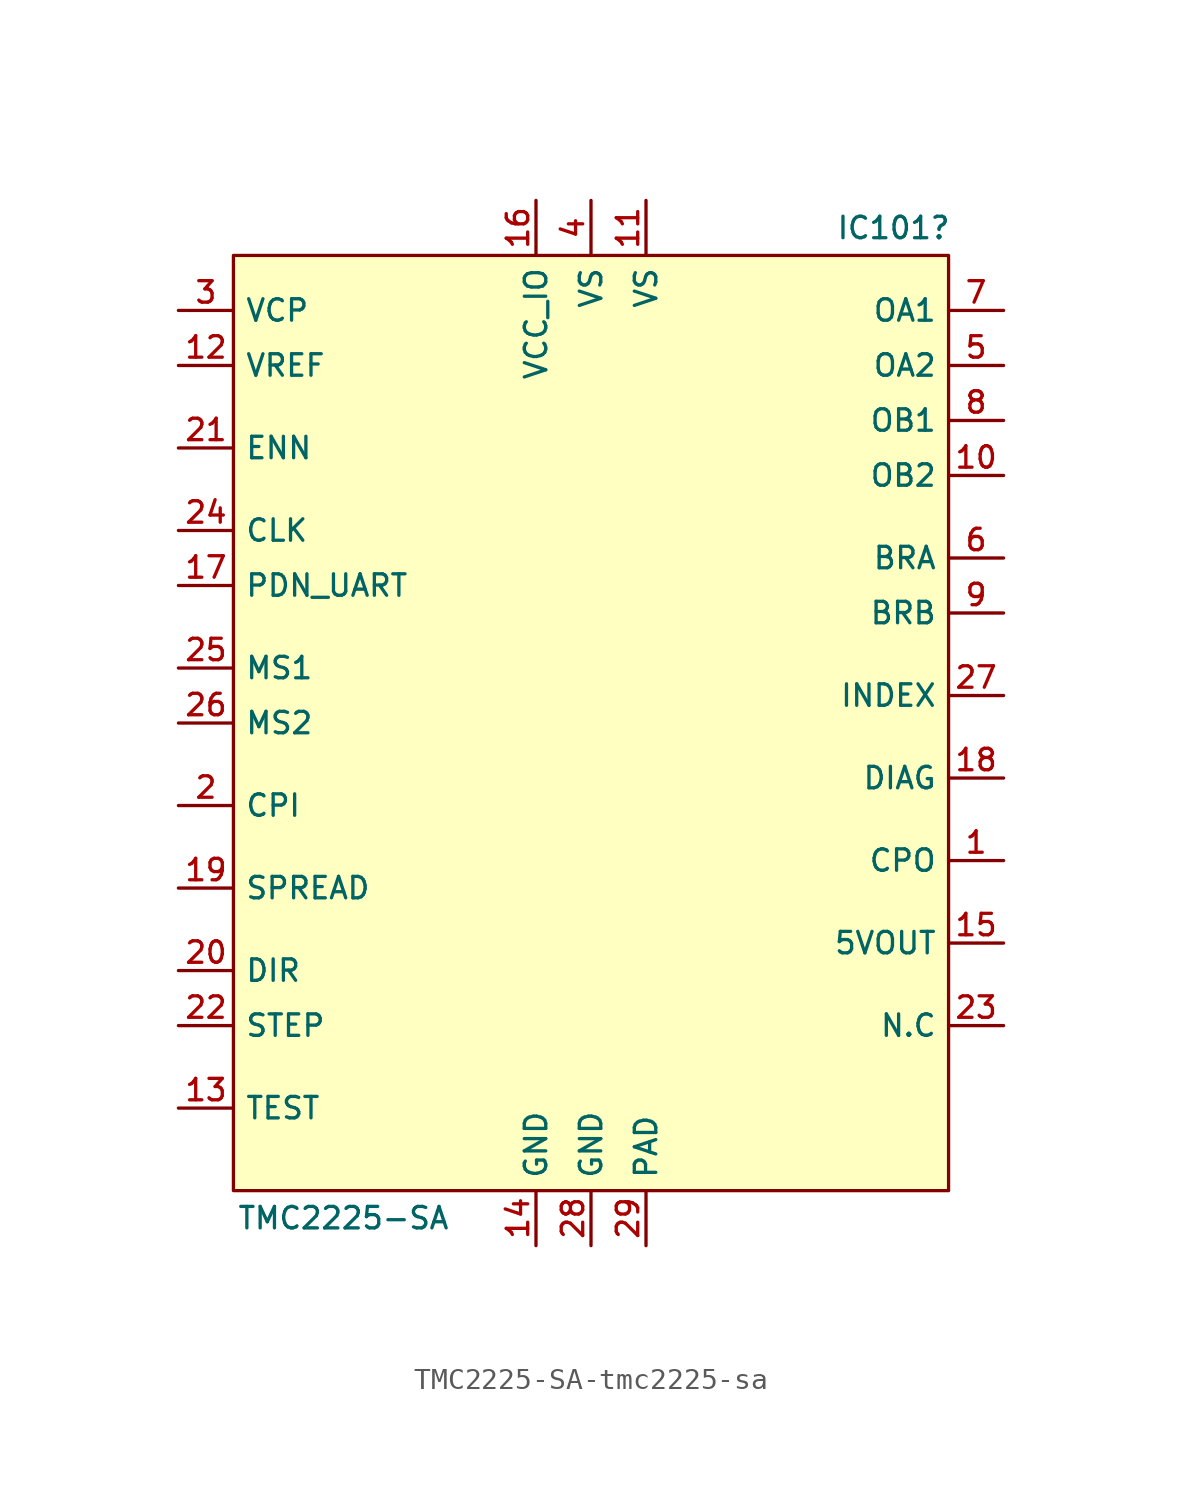
<source format=kicad_sym>
(kicad_symbol_lib
  (version 20220914)
  (generator kicad_symbol_editor)
  (symbol "TMC2225-SA-tmc2225-sa"
    (property "Reference" "IC101"
      (at 13.97 22.86 0)
      (effects (font (size 0.991 0.991))))
    (property "Value" "TMC2225-SA"
      (at -11.43 -22.86 0)
      (effects (font (size 0.991 0.991))))
    (symbol "TMC2225-SA-tmc2225-sa_0_1"
      (rectangle (start -16.51 21.59) (end 16.51 -21.59) (stroke (width 0) (type solid)) (fill (type background))))
    (symbol "TMC2225-SA-tmc2225-sa_1_1"
      (pin output line (at 19.05 -6.35 180) (length 2.54) (name "CPO" (effects (font (size 0.991 0.991)))) (number "1" (effects (font (size 0.991 0.991)))))
      (pin power_out line (at 19.05 11.43 180) (length 2.54) (name "OB2" (effects (font (size 0.991 0.991)))) (number "10" (effects (font (size 0.991 0.991)))))
      (pin power_in line (at 2.54 24.13 270) (length 2.54) (name "VS" (effects (font (size 0.991 0.991)))) (number "11" (effects (font (size 0.991 0.991)))))
      (pin input line (at -19.05 16.51 0) (length 2.54) (name "VREF" (effects (font (size 0.991 0.991)))) (number "12" (effects (font (size 0.991 0.991)))))
      (pin unspecified line (at -19.05 -17.78 0) (length 2.54) (name "TEST" (effects (font (size 0.991 0.991)))) (number "13" (effects (font (size 0.991 0.991)))))
      (pin passive line (at -2.54 -24.13 90) (length 2.54) (name "GND" (effects (font (size 0.991 0.991)))) (number "14" (effects (font (size 0.991 0.991)))))
      (pin power_out line (at 19.05 -10.16 180) (length 2.54) (name "5VOUT" (effects (font (size 0.991 0.991)))) (number "15" (effects (font (size 0.991 0.991)))))
      (pin power_in line (at -2.54 24.13 270) (length 2.54) (name "VCC_IO" (effects (font (size 0.991 0.991)))) (number "16" (effects (font (size 0.991 0.991)))))
      (pin input line (at -19.05 6.35 0) (length 2.54) (name "PDN_UART" (effects (font (size 0.991 0.991)))) (number "17" (effects (font (size 0.991 0.991)))))
      (pin output line (at 19.05 -2.54 180) (length 2.54) (name "DIAG" (effects (font (size 0.991 0.991)))) (number "18" (effects (font (size 0.991 0.991)))))
      (pin input line (at -19.05 -7.62 0) (length 2.54) (name "SPREAD" (effects (font (size 0.991 0.991)))) (number "19" (effects (font (size 0.991 0.991)))))
      (pin input line (at -19.05 -3.81 0) (length 2.54) (name "CPI" (effects (font (size 0.991 0.991)))) (number "2" (effects (font (size 0.991 0.991)))))
      (pin input line (at -19.05 -11.43 0) (length 2.54) (name "DIR" (effects (font (size 0.991 0.991)))) (number "20" (effects (font (size 0.991 0.991)))))
      (pin input line (at -19.05 12.7 0) (length 2.54) (name "ENN" (effects (font (size 0.991 0.991)))) (number "21" (effects (font (size 0.991 0.991)))))
      (pin input line (at -19.05 -13.97 0) (length 2.54) (name "STEP" (effects (font (size 0.991 0.991)))) (number "22" (effects (font (size 0.991 0.991)))))
      (pin unspecified line (at 19.05 -13.97 180) (length 2.54) (name "N.C" (effects (font (size 0.991 0.991)))) (number "23" (effects (font (size 0.991 0.991)))))
      (pin input line (at -19.05 8.89 0) (length 2.54) (name "CLK" (effects (font (size 0.991 0.991)))) (number "24" (effects (font (size 0.991 0.991)))))
      (pin input line (at -19.05 2.54 0) (length 2.54) (name "MS1" (effects (font (size 0.991 0.991)))) (number "25" (effects (font (size 0.991 0.991)))))
      (pin input line (at -19.05 0 0) (length 2.54) (name "MS2" (effects (font (size 0.991 0.991)))) (number "26" (effects (font (size 0.991 0.991)))))
      (pin output line (at 19.05 1.27 180) (length 2.54) (name "INDEX" (effects (font (size 0.991 0.991)))) (number "27" (effects (font (size 0.991 0.991)))))
      (pin passive line (at 0 -24.13 90) (length 2.54) (name "GND" (effects (font (size 0.991 0.991)))) (number "28" (effects (font (size 0.991 0.991)))))
      (pin passive line (at 2.54 -24.13 90) (length 2.54) (name "PAD" (effects (font (size 0.991 0.991)))) (number "29" (effects (font (size 0.991 0.991)))))
      (pin power_in line (at -19.05 19.05 0) (length 2.54) (name "VCP" (effects (font (size 0.991 0.991)))) (number "3" (effects (font (size 0.991 0.991)))))
      (pin power_in line (at 0 24.13 270) (length 2.54) (name "VS" (effects (font (size 0.991 0.991)))) (number "4" (effects (font (size 0.991 0.991)))))
      (pin power_out line (at 19.05 16.51 180) (length 2.54) (name "OA2" (effects (font (size 0.991 0.991)))) (number "5" (effects (font (size 0.991 0.991)))))
      (pin output line (at 19.05 7.62 180) (length 2.54) (name "BRA" (effects (font (size 0.991 0.991)))) (number "6" (effects (font (size 0.991 0.991)))))
      (pin power_out line (at 19.05 19.05 180) (length 2.54) (name "OA1" (effects (font (size 0.991 0.991)))) (number "7" (effects (font (size 0.991 0.991)))))
      (pin power_out line (at 19.05 13.97 180) (length 2.54) (name "OB1" (effects (font (size 0.991 0.991)))) (number "8" (effects (font (size 0.991 0.991)))))
      (pin output line (at 19.05 5.08 180) (length 2.54) (name "BRB" (effects (font (size 0.991 0.991)))) (number "9" (effects (font (size 0.991 0.991))))))))
</source>
